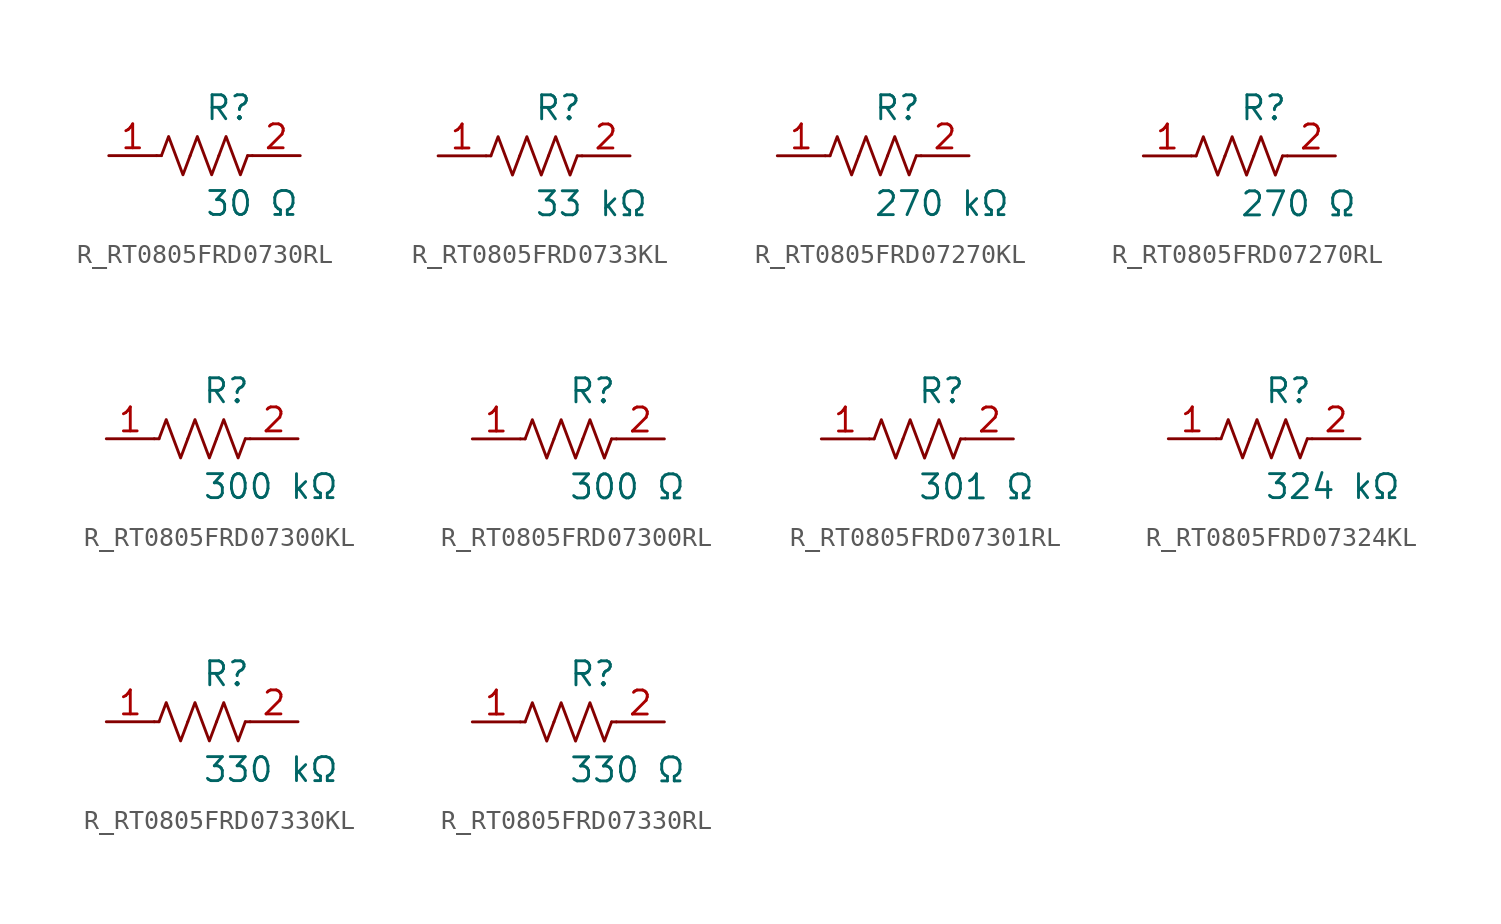
<source format=kicad_sym>
(kicad_symbol_lib
  (version 20231120)
  (generator kicad_symbol_editor)
  (generator_version 8.0)
  (symbol "R_RT0805FRD0730RL"
    (pin_names
      (offset 0.254))
    (property "Reference" "R"
      (at 0 2.54 0)
      (effects (font (size 1.27 1.27)) (justify left)))
    (property "Value" "30 Ω"
      (at 0 -2.54 0)
      (effects (font (size 1.27 1.27)) (justify left)))
    (symbol "R_RT0805FRD0730RL_0_1"
      (polyline (pts (xy 2.286 0) (xy 2.54 0)) (stroke (width 0) (type default)) (fill (type none)))
      (polyline (pts (xy -2.286 0) (xy -2.54 0)) (stroke (width 0) (type default)) (fill (type none)))
      (polyline (pts (xy 0.762 0) (xy 1.143 1.016) (xy 1.524 0) (xy 1.905 -1.016) (xy 2.286 0)) (stroke (width 0) (type default)) (fill (type none)))
      (polyline (pts (xy -0.762 0) (xy -0.381 1.016) (xy 0 0) (xy 0.381 -1.016) (xy 0.762 0)) (stroke (width 0) (type default)) (fill (type none)))
      (polyline (pts (xy -2.286 0) (xy -1.905 1.016) (xy -1.524 0) (xy -1.143 -1.016) (xy -0.762 0)) (stroke (width 0) (type default)) (fill (type none))))
    (pin unspecified line
      (at -5.08 0 0)
      (length 2.54)
      (name "" (effects (font (size 1.27 1.27))))
      (number "1" (effects (font (size 1.27 1.27)))))
    (pin unspecified line
      (at 5.08 0 180)
      (length 2.54)
      (name "" (effects (font (size 1.27 1.27))))
      (number "2" (effects (font (size 1.27 1.27))))))
  (symbol "R_RT0805FRD0733KL"
    (pin_names
      (offset 0.254))
    (property "Reference" "R"
      (at 0 2.54 0)
      (effects (font (size 1.27 1.27)) (justify left)))
    (property "Value" "33 kΩ"
      (at 0 -2.54 0)
      (effects (font (size 1.27 1.27)) (justify left)))
    (symbol "R_RT0805FRD0733KL_0_1"
      (polyline (pts (xy 2.286 0) (xy 2.54 0)) (stroke (width 0) (type default)) (fill (type none)))
      (polyline (pts (xy -2.286 0) (xy -2.54 0)) (stroke (width 0) (type default)) (fill (type none)))
      (polyline (pts (xy 0.762 0) (xy 1.143 1.016) (xy 1.524 0) (xy 1.905 -1.016) (xy 2.286 0)) (stroke (width 0) (type default)) (fill (type none)))
      (polyline (pts (xy -0.762 0) (xy -0.381 1.016) (xy 0 0) (xy 0.381 -1.016) (xy 0.762 0)) (stroke (width 0) (type default)) (fill (type none)))
      (polyline (pts (xy -2.286 0) (xy -1.905 1.016) (xy -1.524 0) (xy -1.143 -1.016) (xy -0.762 0)) (stroke (width 0) (type default)) (fill (type none))))
    (pin unspecified line
      (at -5.08 0 0)
      (length 2.54)
      (name "" (effects (font (size 1.27 1.27))))
      (number "1" (effects (font (size 1.27 1.27)))))
    (pin unspecified line
      (at 5.08 0 180)
      (length 2.54)
      (name "" (effects (font (size 1.27 1.27))))
      (number "2" (effects (font (size 1.27 1.27))))))
  (symbol "R_RT0805FRD07270KL"
    (pin_names
      (offset 0.254))
    (property "Reference" "R"
      (at 0 2.54 0)
      (effects (font (size 1.27 1.27)) (justify left)))
    (property "Value" "270 kΩ"
      (at 0 -2.54 0)
      (effects (font (size 1.27 1.27)) (justify left)))
    (symbol "R_RT0805FRD07270KL_0_1"
      (polyline (pts (xy 2.286 0) (xy 2.54 0)) (stroke (width 0) (type default)) (fill (type none)))
      (polyline (pts (xy -2.286 0) (xy -2.54 0)) (stroke (width 0) (type default)) (fill (type none)))
      (polyline (pts (xy 0.762 0) (xy 1.143 1.016) (xy 1.524 0) (xy 1.905 -1.016) (xy 2.286 0)) (stroke (width 0) (type default)) (fill (type none)))
      (polyline (pts (xy -0.762 0) (xy -0.381 1.016) (xy 0 0) (xy 0.381 -1.016) (xy 0.762 0)) (stroke (width 0) (type default)) (fill (type none)))
      (polyline (pts (xy -2.286 0) (xy -1.905 1.016) (xy -1.524 0) (xy -1.143 -1.016) (xy -0.762 0)) (stroke (width 0) (type default)) (fill (type none))))
    (pin unspecified line
      (at -5.08 0 0)
      (length 2.54)
      (name "" (effects (font (size 1.27 1.27))))
      (number "1" (effects (font (size 1.27 1.27)))))
    (pin unspecified line
      (at 5.08 0 180)
      (length 2.54)
      (name "" (effects (font (size 1.27 1.27))))
      (number "2" (effects (font (size 1.27 1.27))))))
  (symbol "R_RT0805FRD07270RL"
    (pin_names
      (offset 0.254))
    (property "Reference" "R"
      (at 0 2.54 0)
      (effects (font (size 1.27 1.27)) (justify left)))
    (property "Value" "270 Ω"
      (at 0 -2.54 0)
      (effects (font (size 1.27 1.27)) (justify left)))
    (symbol "R_RT0805FRD07270RL_0_1"
      (polyline (pts (xy 2.286 0) (xy 2.54 0)) (stroke (width 0) (type default)) (fill (type none)))
      (polyline (pts (xy -2.286 0) (xy -2.54 0)) (stroke (width 0) (type default)) (fill (type none)))
      (polyline (pts (xy 0.762 0) (xy 1.143 1.016) (xy 1.524 0) (xy 1.905 -1.016) (xy 2.286 0)) (stroke (width 0) (type default)) (fill (type none)))
      (polyline (pts (xy -0.762 0) (xy -0.381 1.016) (xy 0 0) (xy 0.381 -1.016) (xy 0.762 0)) (stroke (width 0) (type default)) (fill (type none)))
      (polyline (pts (xy -2.286 0) (xy -1.905 1.016) (xy -1.524 0) (xy -1.143 -1.016) (xy -0.762 0)) (stroke (width 0) (type default)) (fill (type none))))
    (pin unspecified line
      (at -5.08 0 0)
      (length 2.54)
      (name "" (effects (font (size 1.27 1.27))))
      (number "1" (effects (font (size 1.27 1.27)))))
    (pin unspecified line
      (at 5.08 0 180)
      (length 2.54)
      (name "" (effects (font (size 1.27 1.27))))
      (number "2" (effects (font (size 1.27 1.27))))))
  (symbol "R_RT0805FRD07300KL"
    (pin_names
      (offset 0.254))
    (property "Reference" "R"
      (at 0 2.54 0)
      (effects (font (size 1.27 1.27)) (justify left)))
    (property "Value" "300 kΩ"
      (at 0 -2.54 0)
      (effects (font (size 1.27 1.27)) (justify left)))
    (symbol "R_RT0805FRD07300KL_0_1"
      (polyline (pts (xy 2.286 0) (xy 2.54 0)) (stroke (width 0) (type default)) (fill (type none)))
      (polyline (pts (xy -2.286 0) (xy -2.54 0)) (stroke (width 0) (type default)) (fill (type none)))
      (polyline (pts (xy 0.762 0) (xy 1.143 1.016) (xy 1.524 0) (xy 1.905 -1.016) (xy 2.286 0)) (stroke (width 0) (type default)) (fill (type none)))
      (polyline (pts (xy -0.762 0) (xy -0.381 1.016) (xy 0 0) (xy 0.381 -1.016) (xy 0.762 0)) (stroke (width 0) (type default)) (fill (type none)))
      (polyline (pts (xy -2.286 0) (xy -1.905 1.016) (xy -1.524 0) (xy -1.143 -1.016) (xy -0.762 0)) (stroke (width 0) (type default)) (fill (type none))))
    (pin unspecified line
      (at -5.08 0 0)
      (length 2.54)
      (name "" (effects (font (size 1.27 1.27))))
      (number "1" (effects (font (size 1.27 1.27)))))
    (pin unspecified line
      (at 5.08 0 180)
      (length 2.54)
      (name "" (effects (font (size 1.27 1.27))))
      (number "2" (effects (font (size 1.27 1.27))))))
  (symbol "R_RT0805FRD07300RL"
    (pin_names
      (offset 0.254))
    (property "Reference" "R"
      (at 0 2.54 0)
      (effects (font (size 1.27 1.27)) (justify left)))
    (property "Value" "300 Ω"
      (at 0 -2.54 0)
      (effects (font (size 1.27 1.27)) (justify left)))
    (symbol "R_RT0805FRD07300RL_0_1"
      (polyline (pts (xy 2.286 0) (xy 2.54 0)) (stroke (width 0) (type default)) (fill (type none)))
      (polyline (pts (xy -2.286 0) (xy -2.54 0)) (stroke (width 0) (type default)) (fill (type none)))
      (polyline (pts (xy 0.762 0) (xy 1.143 1.016) (xy 1.524 0) (xy 1.905 -1.016) (xy 2.286 0)) (stroke (width 0) (type default)) (fill (type none)))
      (polyline (pts (xy -0.762 0) (xy -0.381 1.016) (xy 0 0) (xy 0.381 -1.016) (xy 0.762 0)) (stroke (width 0) (type default)) (fill (type none)))
      (polyline (pts (xy -2.286 0) (xy -1.905 1.016) (xy -1.524 0) (xy -1.143 -1.016) (xy -0.762 0)) (stroke (width 0) (type default)) (fill (type none))))
    (pin unspecified line
      (at -5.08 0 0)
      (length 2.54)
      (name "" (effects (font (size 1.27 1.27))))
      (number "1" (effects (font (size 1.27 1.27)))))
    (pin unspecified line
      (at 5.08 0 180)
      (length 2.54)
      (name "" (effects (font (size 1.27 1.27))))
      (number "2" (effects (font (size 1.27 1.27))))))
  (symbol "R_RT0805FRD07301RL"
    (pin_names
      (offset 0.254))
    (property "Reference" "R"
      (at 0 2.54 0)
      (effects (font (size 1.27 1.27)) (justify left)))
    (property "Value" "301 Ω"
      (at 0 -2.54 0)
      (effects (font (size 1.27 1.27)) (justify left)))
    (symbol "R_RT0805FRD07301RL_0_1"
      (polyline (pts (xy 2.286 0) (xy 2.54 0)) (stroke (width 0) (type default)) (fill (type none)))
      (polyline (pts (xy -2.286 0) (xy -2.54 0)) (stroke (width 0) (type default)) (fill (type none)))
      (polyline (pts (xy 0.762 0) (xy 1.143 1.016) (xy 1.524 0) (xy 1.905 -1.016) (xy 2.286 0)) (stroke (width 0) (type default)) (fill (type none)))
      (polyline (pts (xy -0.762 0) (xy -0.381 1.016) (xy 0 0) (xy 0.381 -1.016) (xy 0.762 0)) (stroke (width 0) (type default)) (fill (type none)))
      (polyline (pts (xy -2.286 0) (xy -1.905 1.016) (xy -1.524 0) (xy -1.143 -1.016) (xy -0.762 0)) (stroke (width 0) (type default)) (fill (type none))))
    (pin unspecified line
      (at -5.08 0 0)
      (length 2.54)
      (name "" (effects (font (size 1.27 1.27))))
      (number "1" (effects (font (size 1.27 1.27)))))
    (pin unspecified line
      (at 5.08 0 180)
      (length 2.54)
      (name "" (effects (font (size 1.27 1.27))))
      (number "2" (effects (font (size 1.27 1.27))))))
  (symbol "R_RT0805FRD07324KL"
    (pin_names
      (offset 0.254))
    (property "Reference" "R"
      (at 0 2.54 0)
      (effects (font (size 1.27 1.27)) (justify left)))
    (property "Value" "324 kΩ"
      (at 0 -2.54 0)
      (effects (font (size 1.27 1.27)) (justify left)))
    (symbol "R_RT0805FRD07324KL_0_1"
      (polyline (pts (xy 2.286 0) (xy 2.54 0)) (stroke (width 0) (type default)) (fill (type none)))
      (polyline (pts (xy -2.286 0) (xy -2.54 0)) (stroke (width 0) (type default)) (fill (type none)))
      (polyline (pts (xy 0.762 0) (xy 1.143 1.016) (xy 1.524 0) (xy 1.905 -1.016) (xy 2.286 0)) (stroke (width 0) (type default)) (fill (type none)))
      (polyline (pts (xy -0.762 0) (xy -0.381 1.016) (xy 0 0) (xy 0.381 -1.016) (xy 0.762 0)) (stroke (width 0) (type default)) (fill (type none)))
      (polyline (pts (xy -2.286 0) (xy -1.905 1.016) (xy -1.524 0) (xy -1.143 -1.016) (xy -0.762 0)) (stroke (width 0) (type default)) (fill (type none))))
    (pin unspecified line
      (at -5.08 0 0)
      (length 2.54)
      (name "" (effects (font (size 1.27 1.27))))
      (number "1" (effects (font (size 1.27 1.27)))))
    (pin unspecified line
      (at 5.08 0 180)
      (length 2.54)
      (name "" (effects (font (size 1.27 1.27))))
      (number "2" (effects (font (size 1.27 1.27))))))
  (symbol "R_RT0805FRD07330KL"
    (pin_names
      (offset 0.254))
    (property "Reference" "R"
      (at 0 2.54 0)
      (effects (font (size 1.27 1.27)) (justify left)))
    (property "Value" "330 kΩ"
      (at 0 -2.54 0)
      (effects (font (size 1.27 1.27)) (justify left)))
    (symbol "R_RT0805FRD07330KL_0_1"
      (polyline (pts (xy 2.286 0) (xy 2.54 0)) (stroke (width 0) (type default)) (fill (type none)))
      (polyline (pts (xy -2.286 0) (xy -2.54 0)) (stroke (width 0) (type default)) (fill (type none)))
      (polyline (pts (xy 0.762 0) (xy 1.143 1.016) (xy 1.524 0) (xy 1.905 -1.016) (xy 2.286 0)) (stroke (width 0) (type default)) (fill (type none)))
      (polyline (pts (xy -0.762 0) (xy -0.381 1.016) (xy 0 0) (xy 0.381 -1.016) (xy 0.762 0)) (stroke (width 0) (type default)) (fill (type none)))
      (polyline (pts (xy -2.286 0) (xy -1.905 1.016) (xy -1.524 0) (xy -1.143 -1.016) (xy -0.762 0)) (stroke (width 0) (type default)) (fill (type none))))
    (pin unspecified line
      (at -5.08 0 0)
      (length 2.54)
      (name "" (effects (font (size 1.27 1.27))))
      (number "1" (effects (font (size 1.27 1.27)))))
    (pin unspecified line
      (at 5.08 0 180)
      (length 2.54)
      (name "" (effects (font (size 1.27 1.27))))
      (number "2" (effects (font (size 1.27 1.27))))))
  (symbol "R_RT0805FRD07330RL"
    (pin_names
      (offset 0.254))
    (property "Reference" "R"
      (at 0 2.54 0)
      (effects (font (size 1.27 1.27)) (justify left)))
    (property "Value" "330 Ω"
      (at 0 -2.54 0)
      (effects (font (size 1.27 1.27)) (justify left)))
    (symbol "R_RT0805FRD07330RL_0_1"
      (polyline (pts (xy 2.286 0) (xy 2.54 0)) (stroke (width 0) (type default)) (fill (type none)))
      (polyline (pts (xy -2.286 0) (xy -2.54 0)) (stroke (width 0) (type default)) (fill (type none)))
      (polyline (pts (xy 0.762 0) (xy 1.143 1.016) (xy 1.524 0) (xy 1.905 -1.016) (xy 2.286 0)) (stroke (width 0) (type default)) (fill (type none)))
      (polyline (pts (xy -0.762 0) (xy -0.381 1.016) (xy 0 0) (xy 0.381 -1.016) (xy 0.762 0)) (stroke (width 0) (type default)) (fill (type none)))
      (polyline (pts (xy -2.286 0) (xy -1.905 1.016) (xy -1.524 0) (xy -1.143 -1.016) (xy -0.762 0)) (stroke (width 0) (type default)) (fill (type none))))
    (pin unspecified line
      (at -5.08 0 0)
      (length 2.54)
      (name "" (effects (font (size 1.27 1.27))))
      (number "1" (effects (font (size 1.27 1.27)))))
    (pin unspecified line
      (at 5.08 0 180)
      (length 2.54)
      (name "" (effects (font (size 1.27 1.27))))
      (number "2" (effects (font (size 1.27 1.27)))))))
</source>
